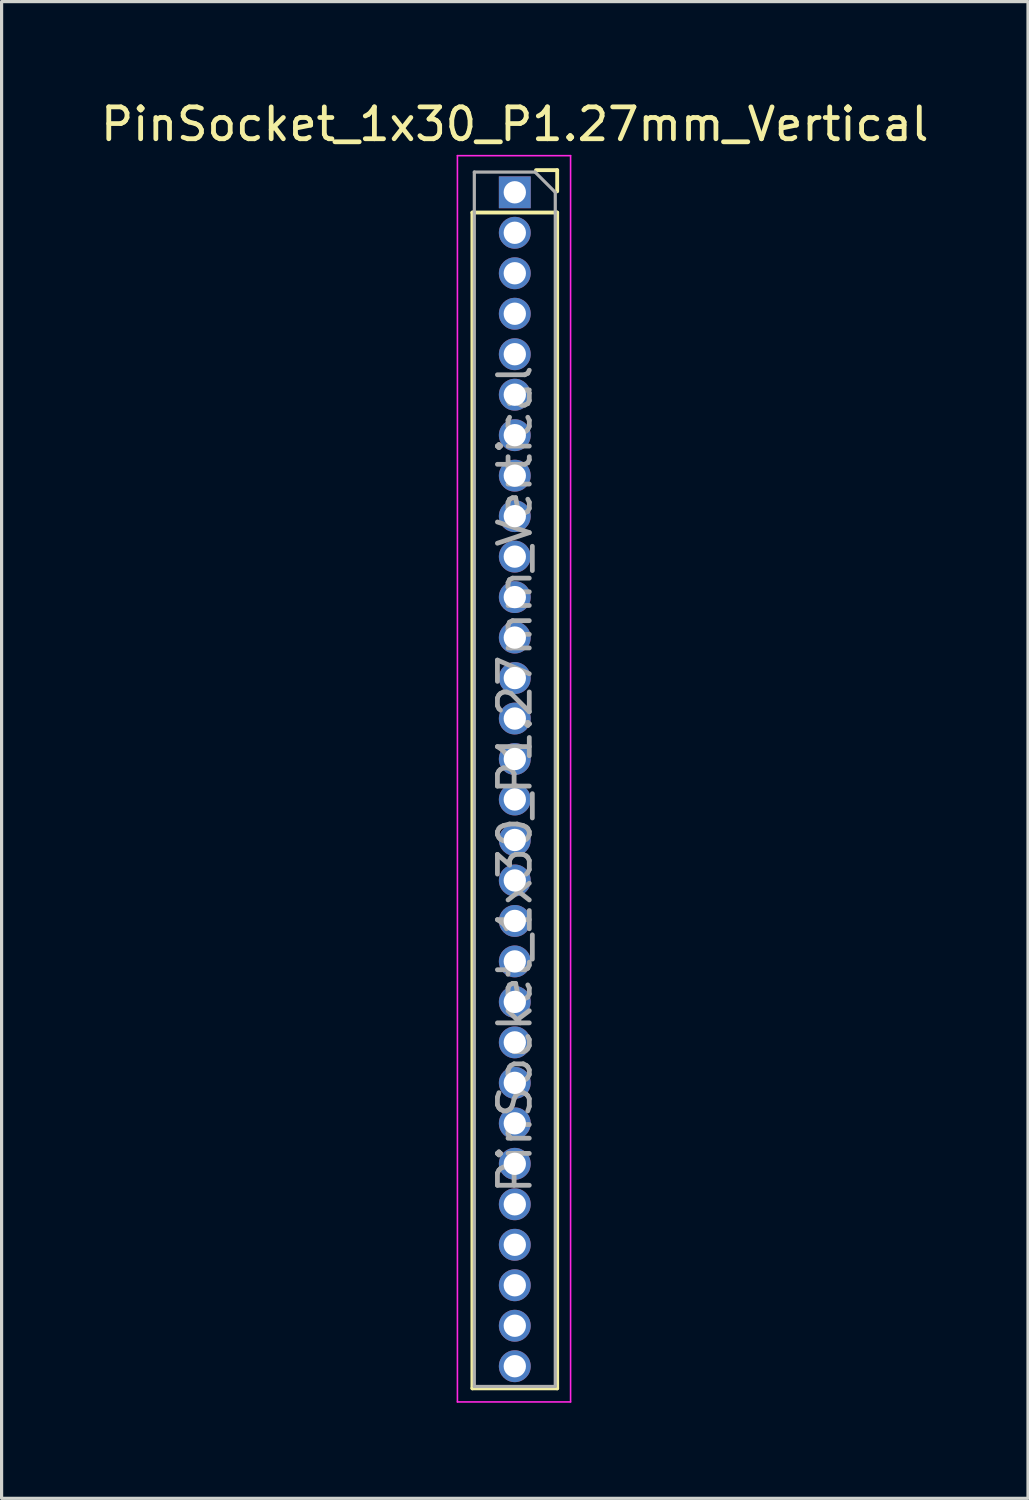
<source format=kicad_pcb>
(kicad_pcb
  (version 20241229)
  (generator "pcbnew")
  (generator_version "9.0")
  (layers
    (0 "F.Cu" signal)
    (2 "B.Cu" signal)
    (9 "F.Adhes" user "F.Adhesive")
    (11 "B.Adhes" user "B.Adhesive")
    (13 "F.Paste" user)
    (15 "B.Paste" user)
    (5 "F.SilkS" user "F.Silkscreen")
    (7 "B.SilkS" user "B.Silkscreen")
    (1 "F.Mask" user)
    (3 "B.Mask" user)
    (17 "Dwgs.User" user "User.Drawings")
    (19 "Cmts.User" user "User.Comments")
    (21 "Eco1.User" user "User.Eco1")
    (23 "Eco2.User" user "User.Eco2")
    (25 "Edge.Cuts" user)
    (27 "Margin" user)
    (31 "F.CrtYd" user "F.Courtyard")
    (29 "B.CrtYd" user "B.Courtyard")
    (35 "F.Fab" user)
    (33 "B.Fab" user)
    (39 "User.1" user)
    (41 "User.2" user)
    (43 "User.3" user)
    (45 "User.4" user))
  (footprint "PinSocket_1x30_P1.27mm_Vertical"
    (layer "F.Cu")
    (at 13.101 2.983)
    (property "Reference" "PinSocket_1x30_P1.27mm_Vertical" (at 0 -2.135 0) (layer "F.SilkS") (effects (font (size 1 1) (thickness 0.15))))
    (attr through_hole)
    (fp_line (start -1.33 0.635) (end -1.33 37.525) (stroke (width 0.12) (type solid)) (layer "F.SilkS"))
    (fp_line (start -1.33 37.525) (end 1.33 37.525) (stroke (width 0.12) (type solid)) (layer "F.SilkS"))
    (fp_line (start 1.33 -0.695) (end 0.665 -0.695) (stroke (width 0.12) (type solid)) (layer "F.SilkS"))
    (fp_line (start 1.33 -0.03) (end 1.33 -0.695) (stroke (width 0.12) (type solid)) (layer "F.SilkS"))
    (fp_line (start 1.33 0.635) (end -1.33 0.635) (stroke (width 0.12) (type solid)) (layer "F.SilkS"))
    (fp_line (start 1.33 37.525) (end 1.33 0.635) (stroke (width 0.12) (type solid)) (layer "F.SilkS"))
    (fp_line (start -1.8 -1.15) (end 1.75 -1.15) (stroke (width 0.05) (type solid)) (layer "F.CrtYd"))
    (fp_line (start -1.8 37.95) (end -1.8 -1.15) (stroke (width 0.05) (type solid)) (layer "F.CrtYd"))
    (fp_line (start 1.75 -1.15) (end 1.75 37.95) (stroke (width 0.05) (type solid)) (layer "F.CrtYd"))
    (fp_line (start 1.75 37.95) (end -1.8 37.95) (stroke (width 0.05) (type solid)) (layer "F.CrtYd"))
    (fp_line (start -1.27 -0.635) (end 0.635 -0.635) (stroke (width 0.1) (type solid)) (layer "F.Fab"))
    (fp_line (start -1.27 37.465) (end -1.27 -0.635) (stroke (width 0.1) (type solid)) (layer "F.Fab"))
    (fp_line (start 0.635 -0.635) (end 1.27 0) (stroke (width 0.1) (type solid)) (layer "F.Fab"))
    (fp_line (start 1.27 0) (end 1.27 37.465) (stroke (width 0.1) (type solid)) (layer "F.Fab"))
    (fp_line (start 1.27 37.465) (end -1.27 37.465) (stroke (width 0.1) (type solid)) (layer "F.Fab"))
    (fp_text user "${REFERENCE}" (at 0 18.415 90) (layer "F.Fab") (effects (font (size 1 1) (thickness 0.15))))
    (pad "1" thru_hole rect (at 0 0) (size 1 1) (drill 0.7) (layers "*.Cu" "*.Mask"))
    (pad "2" thru_hole oval (at 0 1.27) (size 1 1) (drill 0.7) (layers "*.Cu" "*.Mask"))
    (pad "3" thru_hole oval (at 0 2.54) (size 1 1) (drill 0.7) (layers "*.Cu" "*.Mask"))
    (pad "4" thru_hole oval (at 0 3.81) (size 1 1) (drill 0.7) (layers "*.Cu" "*.Mask"))
    (pad "5" thru_hole oval (at 0 5.08) (size 1 1) (drill 0.7) (layers "*.Cu" "*.Mask"))
    (pad "6" thru_hole oval (at 0 6.35) (size 1 1) (drill 0.7) (layers "*.Cu" "*.Mask"))
    (pad "7" thru_hole oval (at 0 7.62) (size 1 1) (drill 0.7) (layers "*.Cu" "*.Mask"))
    (pad "8" thru_hole oval (at 0 8.89) (size 1 1) (drill 0.7) (layers "*.Cu" "*.Mask"))
    (pad "9" thru_hole oval (at 0 10.16) (size 1 1) (drill 0.7) (layers "*.Cu" "*.Mask"))
    (pad "10" thru_hole oval (at 0 11.43) (size 1 1) (drill 0.7) (layers "*.Cu" "*.Mask"))
    (pad "11" thru_hole oval (at 0 12.7) (size 1 1) (drill 0.7) (layers "*.Cu" "*.Mask"))
    (pad "12" thru_hole oval (at 0 13.97) (size 1 1) (drill 0.7) (layers "*.Cu" "*.Mask"))
    (pad "13" thru_hole oval (at 0 15.24) (size 1 1) (drill 0.7) (layers "*.Cu" "*.Mask"))
    (pad "14" thru_hole oval (at 0 16.51) (size 1 1) (drill 0.7) (layers "*.Cu" "*.Mask"))
    (pad "15" thru_hole oval (at 0 17.78) (size 1 1) (drill 0.7) (layers "*.Cu" "*.Mask"))
    (pad "16" thru_hole oval (at 0 19.05) (size 1 1) (drill 0.7) (layers "*.Cu" "*.Mask"))
    (pad "17" thru_hole oval (at 0 20.32) (size 1 1) (drill 0.7) (layers "*.Cu" "*.Mask"))
    (pad "18" thru_hole oval (at 0 21.59) (size 1 1) (drill 0.7) (layers "*.Cu" "*.Mask"))
    (pad "19" thru_hole oval (at 0 22.86) (size 1 1) (drill 0.7) (layers "*.Cu" "*.Mask"))
    (pad "20" thru_hole oval (at 0 24.13) (size 1 1) (drill 0.7) (layers "*.Cu" "*.Mask"))
    (pad "21" thru_hole oval (at 0 25.4) (size 1 1) (drill 0.7) (layers "*.Cu" "*.Mask"))
    (pad "22" thru_hole oval (at 0 26.67) (size 1 1) (drill 0.7) (layers "*.Cu" "*.Mask"))
    (pad "23" thru_hole oval (at 0 27.94) (size 1 1) (drill 0.7) (layers "*.Cu" "*.Mask"))
    (pad "24" thru_hole oval (at 0 29.21) (size 1 1) (drill 0.7) (layers "*.Cu" "*.Mask"))
    (pad "25" thru_hole oval (at 0 30.48) (size 1 1) (drill 0.7) (layers "*.Cu" "*.Mask"))
    (pad "26" thru_hole oval (at 0 31.75) (size 1 1) (drill 0.7) (layers "*.Cu" "*.Mask"))
    (pad "27" thru_hole oval (at 0 33.02) (size 1 1) (drill 0.7) (layers "*.Cu" "*.Mask"))
    (pad "28" thru_hole oval (at 0 34.29) (size 1 1) (drill 0.7) (layers "*.Cu" "*.Mask"))
    (pad "29" thru_hole oval (at 0 35.56) (size 1 1) (drill 0.7) (layers "*.Cu" "*.Mask"))
    (pad "30" thru_hole oval (at 0 36.83) (size 1 1) (drill 0.7) (layers "*.Cu" "*.Mask")))
  (gr_rect
    (start -3 -3)
    (end 29.202 43.958)
    (stroke (width 0.1) (type default))
    (fill no)
    (layer "Edge.Cuts")))
</source>
